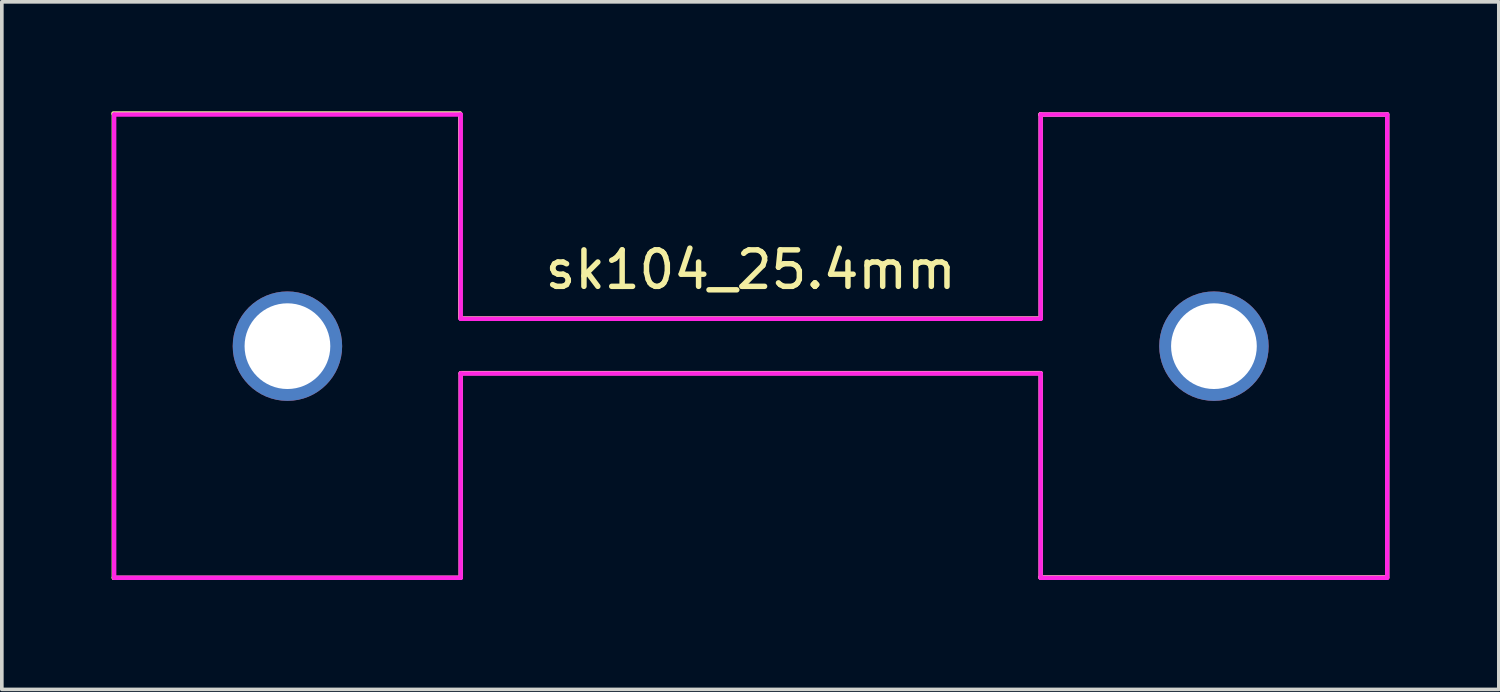
<source format=kicad_pcb>
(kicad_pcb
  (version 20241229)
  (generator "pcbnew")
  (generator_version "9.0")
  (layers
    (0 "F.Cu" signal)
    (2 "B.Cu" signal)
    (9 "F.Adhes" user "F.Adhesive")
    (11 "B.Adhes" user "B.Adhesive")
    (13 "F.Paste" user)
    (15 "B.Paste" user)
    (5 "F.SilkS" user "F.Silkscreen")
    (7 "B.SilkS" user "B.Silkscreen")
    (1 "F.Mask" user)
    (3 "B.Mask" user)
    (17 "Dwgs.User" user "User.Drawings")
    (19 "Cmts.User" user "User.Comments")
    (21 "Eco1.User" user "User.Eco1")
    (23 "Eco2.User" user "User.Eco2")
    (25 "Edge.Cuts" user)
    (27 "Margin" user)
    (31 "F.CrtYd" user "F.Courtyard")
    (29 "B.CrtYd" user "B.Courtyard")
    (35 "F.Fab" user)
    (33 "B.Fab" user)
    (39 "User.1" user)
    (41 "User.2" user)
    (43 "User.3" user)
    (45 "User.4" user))
  (footprint "sk104_25.4mm"
    (layer "F.Cu")
    (at 17.53 6.44)
    (property "Reference" "sk104_25.4mm" (at 0 -2.095 0) (layer "F.SilkS") (effects (font (size 1 1) (thickness 0.15))))
    (attr through_hole)
    (fp_line (start -17.47 -6.38) (end -7.97 -6.38) (stroke (width 0.12) (type solid)) (layer "F.SilkS"))
    (fp_line (start -17.46 6.35) (end -17.46 -6.35) (stroke (width 0.12) (type solid)) (layer "F.SilkS"))
    (fp_line (start -17.46 6.35) (end -7.96 6.35) (stroke (width 0.12) (type solid)) (layer "F.SilkS"))
    (fp_line (start -7.96 -6.37) (end -7.96 -0.77) (stroke (width 0.12) (type solid)) (layer "F.SilkS"))
    (fp_line (start -7.95 -0.76) (end 7.95 -0.76) (stroke (width 0.12) (type solid)) (layer "F.SilkS"))
    (fp_line (start -7.95 0.74) (end 7.95 0.74) (stroke (width 0.12) (type solid)) (layer "F.SilkS"))
    (fp_line (start -7.95 0.75) (end -7.95 6.35) (stroke (width 0.12) (type solid)) (layer "F.SilkS"))
    (fp_line (start 7.94 -6.35) (end 17.44 -6.35) (stroke (width 0.12) (type solid)) (layer "F.SilkS"))
    (fp_line (start 7.94 6.34) (end 17.44 6.34) (stroke (width 0.12) (type solid)) (layer "F.SilkS"))
    (fp_line (start 7.95 -6.36) (end 7.95 -0.76) (stroke (width 0.12) (type solid)) (layer "F.SilkS"))
    (fp_line (start 7.95 0.74) (end 7.95 6.34) (stroke (width 0.12) (type solid)) (layer "F.SilkS"))
    (fp_line (start 17.45 6.34) (end 17.45 -6.36) (stroke (width 0.12) (type solid)) (layer "F.SilkS"))
    (fp_line (start -17.45 -6.35) (end -7.95 -6.35) (stroke (width 0.12) (type solid)) (layer "F.CrtYd"))
    (fp_line (start -17.45 6.35) (end -17.45 -6.35) (stroke (width 0.12) (type solid)) (layer "F.CrtYd"))
    (fp_line (start -17.45 6.35) (end -7.95 6.35) (stroke (width 0.12) (type solid)) (layer "F.CrtYd"))
    (fp_line (start -7.95 -6.35) (end -7.95 -0.75) (stroke (width 0.12) (type solid)) (layer "F.CrtYd"))
    (fp_line (start -7.95 -0.75) (end 7.95 -0.75) (stroke (width 0.12) (type solid)) (layer "F.CrtYd"))
    (fp_line (start -7.95 0.75) (end -7.95 6.35) (stroke (width 0.12) (type solid)) (layer "F.CrtYd"))
    (fp_line (start -7.95 0.75) (end 7.95 0.75) (stroke (width 0.12) (type solid)) (layer "F.CrtYd"))
    (fp_line (start 7.95 -6.35) (end 7.95 -0.75) (stroke (width 0.12) (type solid)) (layer "F.CrtYd"))
    (fp_line (start 7.95 -6.35) (end 17.45 -6.35) (stroke (width 0.12) (type solid)) (layer "F.CrtYd"))
    (fp_line (start 7.95 0.75) (end 7.95 6.35) (stroke (width 0.12) (type solid)) (layer "F.CrtYd"))
    (fp_line (start 7.95 6.35) (end 17.45 6.35) (stroke (width 0.12) (type solid)) (layer "F.CrtYd"))
    (fp_line (start 17.45 6.35) (end 17.45 -6.35) (stroke (width 0.12) (type solid)) (layer "F.CrtYd"))
    (pad "" np_thru_hole circle (at -12.7 0) (size 3 3) (drill 2.35) (layers "*.Cu" "*.Mask"))
    (pad "" np_thru_hole circle (at 12.7 0) (size 3 3) (drill 2.35) (layers "*.Cu" "*.Mask")))
  (gr_rect
    (start -3 -3)
    (end 38.04 15.85)
    (stroke (width 0.1) (type default))
    (fill no)
    (layer "Edge.Cuts")))
</source>
